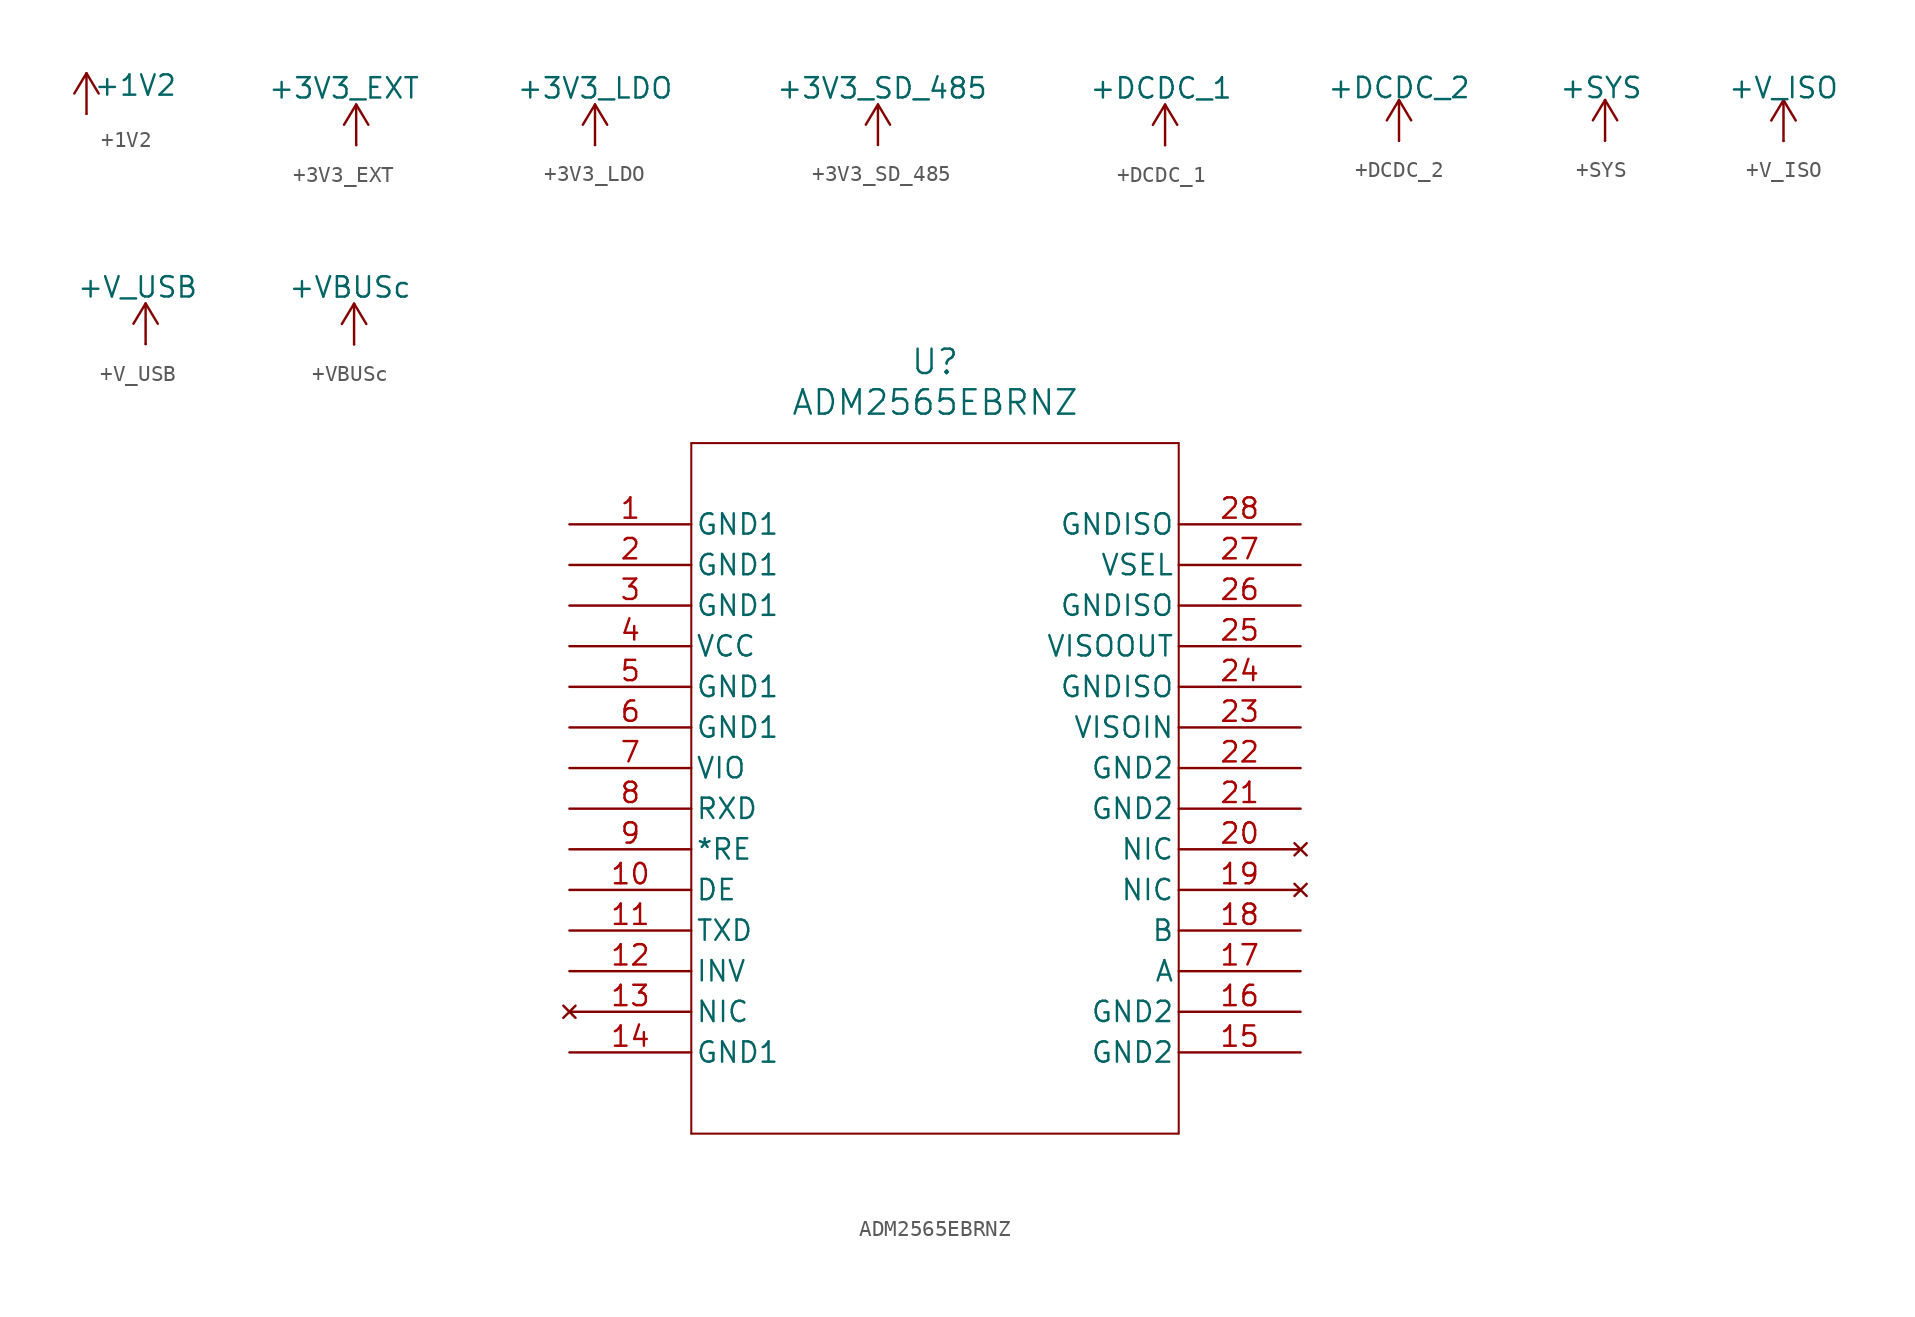
<source format=kicad_sym>
(kicad_symbol_lib
  (version 20231120)
  (generator "kicad_symbol_editor")
  (generator_version "8.0")
  (symbol "+1V2"
    (power)
    (pin_numbers hide)
    (pin_names
      (offset 0) hide)
    (property "Reference" "#PWR"
      (at 6.35 -5.588 0)
      (effects (font (size 1.27 1.27)) (hide yes)))
    (property "Value" "+1V2"
      (at 3.048 1.778 0)
      (effects (font (size 1.27 1.27))))
    (symbol "+1V2_0_1"
      (polyline (pts (xy 0 2.54) (xy 0.762 1.27)) (stroke (width 0) (type default)) (fill (type none)))
      (polyline (pts (xy 0 0) (xy 0 2.54) (xy -0.762 1.27)) (stroke (width 0) (type default)) (fill (type none))))
    (symbol "+1V2_1_1"
      (pin power_in line (at 0 0 90) (length 0) (name "~" (effects (font (size 1.27 1.27)))) (number "1" (effects (font (size 1.27 1.27)))))))
  (symbol "+3V3_EXT"
    (power)
    (pin_numbers hide)
    (pin_names
      (offset 0) hide)
    (property "Reference" "#PWR"
      (at 6.096 3.048 0)
      (effects (font (size 1.27 1.27)) (hide yes)))
    (property "Value" "+3V3_EXT"
      (at -0.762 3.556 0)
      (effects (font (size 1.27 1.27))))
    (symbol "+3V3_EXT_0_1"
      (polyline (pts (xy 0 2.54) (xy 0.762 1.27)) (stroke (width 0) (type default)) (fill (type none)))
      (polyline (pts (xy 0 0) (xy 0 2.54) (xy -0.762 1.27)) (stroke (width 0) (type default)) (fill (type none))))
    (symbol "+3V3_EXT_1_1"
      (pin power_in line (at 0 0 90) (length 0) (name "~" (effects (font (size 1.27 1.27)))) (number "1" (effects (font (size 1.27 1.27)))))))
  (symbol "+3V3_LDO"
    (power)
    (pin_numbers hide)
    (pin_names
      (offset 0) hide)
    (property "Reference" "#PWR"
      (at 4.064 1.016 0)
      (effects (font (size 1.27 1.27)) (hide yes)))
    (property "Value" "+3V3_LDO"
      (at 0 3.556 0)
      (effects (font (size 1.27 1.27))))
    (symbol "+3V3_LDO_0_1"
      (polyline (pts (xy 0 2.54) (xy 0.762 1.27)) (stroke (width 0) (type default)) (fill (type none)))
      (polyline (pts (xy 0 0) (xy 0 2.54) (xy -0.762 1.27)) (stroke (width 0) (type default)) (fill (type none))))
    (symbol "+3V3_LDO_1_1"
      (pin power_in line (at 0 0 90) (length 0) (name "~" (effects (font (size 1.27 1.27)))) (number "1" (effects (font (size 1.27 1.27)))))))
  (symbol "+3V3_SD_485"
    (power)
    (pin_numbers hide)
    (pin_names
      (offset 0) hide)
    (property "Reference" "#PWR"
      (at 4.318 0.762 0)
      (effects (font (size 1.27 1.27)) (hide yes)))
    (property "Value" "+3V3_SD_485"
      (at 0.254 3.556 0)
      (effects (font (size 1.27 1.27))))
    (symbol "+3V3_SD_485_0_1"
      (polyline (pts (xy 0 2.54) (xy 0.762 1.27)) (stroke (width 0) (type default)) (fill (type none)))
      (polyline (pts (xy 0 0) (xy 0 2.54) (xy -0.762 1.27)) (stroke (width 0) (type default)) (fill (type none))))
    (symbol "+3V3_SD_485_1_1"
      (pin power_in line (at 0 0 90) (length 0) (name "~" (effects (font (size 1.27 1.27)))) (number "1" (effects (font (size 1.27 1.27)))))))
  (symbol "+DCDC_1"
    (power)
    (pin_numbers hide)
    (pin_names
      (offset 0) hide)
    (property "Reference" "#PWR"
      (at 5.334 2.54 0)
      (effects (font (size 1.27 1.27)) (hide yes)))
    (property "Value" "+DCDC_1"
      (at -0.254 3.556 0)
      (effects (font (size 1.27 1.27))))
    (symbol "+DCDC_1_0_1"
      (polyline (pts (xy 0 2.54) (xy 0.762 1.27)) (stroke (width 0) (type default)) (fill (type none)))
      (polyline (pts (xy 0 0) (xy 0 2.54) (xy -0.762 1.27)) (stroke (width 0) (type default)) (fill (type none))))
    (symbol "+DCDC_1_1_1"
      (pin power_in line (at 0 0 90) (length 0) (name "~" (effects (font (size 1.27 1.27)))) (number "1" (effects (font (size 1.27 1.27)))))))
  (symbol "+DCDC_2"
    (power)
    (pin_numbers hide)
    (pin_names
      (offset 0) hide)
    (property "Reference" "#PWR"
      (at 4.572 0.762 0)
      (effects (font (size 1.27 1.27)) (hide yes)))
    (property "Value" "+DCDC_2"
      (at 0 3.302 0)
      (effects (font (size 1.27 1.27))))
    (symbol "+DCDC_2_0_1"
      (polyline (pts (xy 0 2.54) (xy 0.762 1.27)) (stroke (width 0) (type default)) (fill (type none)))
      (polyline (pts (xy 0 0) (xy 0 2.54) (xy -0.762 1.27)) (stroke (width 0) (type default)) (fill (type none))))
    (symbol "+DCDC_2_1_1"
      (pin power_in line (at 0 0 90) (length 0) (name "~" (effects (font (size 1.27 1.27)))) (number "1" (effects (font (size 1.27 1.27)))))))
  (symbol "+SYS"
    (power)
    (pin_numbers hide)
    (pin_names
      (offset 0) hide)
    (property "Reference" "#PWR"
      (at 4.572 2.286 0)
      (effects (font (size 1.27 1.27)) (hide yes)))
    (property "Value" "+SYS"
      (at -0.254 3.302 0)
      (effects (font (size 1.27 1.27))))
    (symbol "+SYS_0_1"
      (polyline (pts (xy 0 0) (xy 0 2.54)) (stroke (width 0) (type default)) (fill (type none)))
      (polyline (pts (xy 0 2.54) (xy -0.762 1.27)) (stroke (width 0) (type default)) (fill (type none)))
      (polyline (pts (xy 0 2.54) (xy 0.762 1.27)) (stroke (width 0) (type default)) (fill (type none))))
    (symbol "+SYS_1_1"
      (pin power_in line (at 0 0 90) (length 0) (name "~" (effects (font (size 1.27 1.27)))) (number "1" (effects (font (size 1.27 1.27)))))))
  (symbol "+V_ISO"
    (power)
    (pin_numbers hide)
    (pin_names
      (offset 0) hide)
    (property "Reference" "#PWR"
      (at 4.572 0.762 0)
      (effects (font (size 1.27 1.27)) (hide yes)))
    (property "Value" "+V_ISO"
      (at 0 3.302 0)
      (effects (font (size 1.27 1.27))))
    (symbol "+V_ISO_0_1"
      (polyline (pts (xy 0 2.54) (xy 0.762 1.27)) (stroke (width 0) (type default)) (fill (type none)))
      (polyline (pts (xy 0 0) (xy 0 2.54) (xy -0.762 1.27)) (stroke (width 0) (type default)) (fill (type none))))
    (symbol "+V_ISO_1_1"
      (pin power_in line (at 0 0 90) (length 0) (name "~" (effects (font (size 1.27 1.27)))) (number "1" (effects (font (size 1.27 1.27)))))))
  (symbol "+V_USB"
    (power)
    (pin_numbers hide)
    (pin_names
      (offset 0) hide)
    (property "Reference" "#PWR"
      (at 4.318 1.524 0)
      (effects (font (size 1.27 1.27)) (hide yes)))
    (property "Value" "+V_USB"
      (at -0.508 3.556 0)
      (effects (font (size 1.27 1.27))))
    (symbol "+V_USB_0_1"
      (polyline (pts (xy 0 2.54) (xy 0.762 1.27)) (stroke (width 0) (type default)) (fill (type none)))
      (polyline (pts (xy 0 0) (xy 0 2.54) (xy -0.762 1.27)) (stroke (width 0) (type default)) (fill (type none))))
    (symbol "+V_USB_1_1"
      (pin power_in line (at 0 0 90) (length 0) (name "~" (effects (font (size 1.27 1.27)))) (number "1" (effects (font (size 1.27 1.27)))))))
  (symbol "+VBUSc"
    (power)
    (pin_numbers hide)
    (pin_names
      (offset 0) hide)
    (property "Reference" "#PWR"
      (at 4.826 1.524 0)
      (effects (font (size 1.27 1.27)) (hide yes)))
    (property "Value" "+VBUSc"
      (at -0.254 3.556 0)
      (effects (font (size 1.27 1.27))))
    (symbol "+VBUSc_0_1"
      (polyline (pts (xy 0 2.54) (xy 0.762 1.27)) (stroke (width 0) (type default)) (fill (type none)))
      (polyline (pts (xy 0 0) (xy 0 2.54) (xy -0.762 1.27)) (stroke (width 0) (type default)) (fill (type none))))
    (symbol "+VBUSc_1_1"
      (pin power_in line (at 0 0 90) (length 0) (name "~" (effects (font (size 1.27 1.27)))) (number "1" (effects (font (size 1.27 1.27)))))))
  (symbol "ADM2565EBRNZ"
    (pin_names
      (offset 0.254))
    (property "Reference" "U"
      (at 1.27 25.4 0)
      (effects (font (size 1.524 1.524))))
    (property "Value" "ADM2565EBRNZ"
      (at 1.27 22.86 0)
      (effects (font (size 1.524 1.524))))
    (symbol "ADM2565EBRNZ_0_1"
      (polyline (pts (xy -13.97 -22.86) (xy 16.51 -22.86)) (stroke (width 0.127) (type default)) (fill (type none)))
      (polyline (pts (xy -13.97 20.32) (xy -13.97 -22.86)) (stroke (width 0.127) (type default)) (fill (type none)))
      (polyline (pts (xy 16.51 -22.86) (xy 16.51 20.32)) (stroke (width 0.127) (type default)) (fill (type none)))
      (polyline (pts (xy 16.51 20.32) (xy -13.97 20.32)) (stroke (width 0.127) (type default)) (fill (type none)))
      (pin power_in line (at -21.59 15.24 0) (length 7.62) (name "GND1" (effects (font (size 1.27 1.27)))) (number "1" (effects (font (size 1.27 1.27)))))
      (pin passive line (at -21.59 -7.62 0) (length 7.62) (name "DE" (effects (font (size 1.27 1.27)))) (number "10" (effects (font (size 1.27 1.27)))))
      (pin input line (at -21.59 -10.16 0) (length 7.62) (name "TXD" (effects (font (size 1.27 1.27)))) (number "11" (effects (font (size 1.27 1.27)))))
      (pin input line (at -21.59 -12.7 0) (length 7.62) (name "INV" (effects (font (size 1.27 1.27)))) (number "12" (effects (font (size 1.27 1.27)))))
      (pin no_connect line (at -21.59 -15.24 0) (length 7.62) (name "NIC" (effects (font (size 1.27 1.27)))) (number "13" (effects (font (size 1.27 1.27)))))
      (pin power_in line (at -21.59 -17.78 0) (length 7.62) (name "GND1" (effects (font (size 1.27 1.27)))) (number "14" (effects (font (size 1.27 1.27)))))
      (pin power_in line (at 24.13 -17.78 180) (length 7.62) (name "GND2" (effects (font (size 1.27 1.27)))) (number "15" (effects (font (size 1.27 1.27)))))
      (pin power_in line (at 24.13 -15.24 180) (length 7.62) (name "GND2" (effects (font (size 1.27 1.27)))) (number "16" (effects (font (size 1.27 1.27)))))
      (pin bidirectional line (at 24.13 -12.7 180) (length 7.62) (name "A" (effects (font (size 1.27 1.27)))) (number "17" (effects (font (size 1.27 1.27)))))
      (pin bidirectional line (at 24.13 -10.16 180) (length 7.62) (name "B" (effects (font (size 1.27 1.27)))) (number "18" (effects (font (size 1.27 1.27)))))
      (pin no_connect line (at 24.13 -7.62 180) (length 7.62) (name "NIC" (effects (font (size 1.27 1.27)))) (number "19" (effects (font (size 1.27 1.27)))))
      (pin power_in line (at -21.59 12.7 0) (length 7.62) (name "GND1" (effects (font (size 1.27 1.27)))) (number "2" (effects (font (size 1.27 1.27)))))
      (pin no_connect line (at 24.13 -5.08 180) (length 7.62) (name "NIC" (effects (font (size 1.27 1.27)))) (number "20" (effects (font (size 1.27 1.27)))))
      (pin power_in line (at 24.13 -2.54 180) (length 7.62) (name "GND2" (effects (font (size 1.27 1.27)))) (number "21" (effects (font (size 1.27 1.27)))))
      (pin power_in line (at 24.13 0 180) (length 7.62) (name "GND2" (effects (font (size 1.27 1.27)))) (number "22" (effects (font (size 1.27 1.27)))))
      (pin power_in line (at 24.13 2.54 180) (length 7.62) (name "VISOIN" (effects (font (size 1.27 1.27)))) (number "23" (effects (font (size 1.27 1.27)))))
      (pin power_in line (at 24.13 5.08 180) (length 7.62) (name "GNDISO" (effects (font (size 1.27 1.27)))) (number "24" (effects (font (size 1.27 1.27)))))
      (pin power_in line (at 24.13 7.62 180) (length 7.62) (name "VISOOUT" (effects (font (size 1.27 1.27)))) (number "25" (effects (font (size 1.27 1.27)))))
      (pin power_in line (at 24.13 10.16 180) (length 7.62) (name "GNDISO" (effects (font (size 1.27 1.27)))) (number "26" (effects (font (size 1.27 1.27)))))
      (pin passive line (at 24.13 12.7 180) (length 7.62) (name "VSEL" (effects (font (size 1.27 1.27)))) (number "27" (effects (font (size 1.27 1.27)))))
      (pin power_in line (at 24.13 15.24 180) (length 7.62) (name "GNDISO" (effects (font (size 1.27 1.27)))) (number "28" (effects (font (size 1.27 1.27)))))
      (pin power_in line (at -21.59 10.16 0) (length 7.62) (name "GND1" (effects (font (size 1.27 1.27)))) (number "3" (effects (font (size 1.27 1.27)))))
      (pin power_in line (at -21.59 7.62 0) (length 7.62) (name "VCC" (effects (font (size 1.27 1.27)))) (number "4" (effects (font (size 1.27 1.27)))))
      (pin power_in line (at -21.59 5.08 0) (length 7.62) (name "GND1" (effects (font (size 1.27 1.27)))) (number "5" (effects (font (size 1.27 1.27)))))
      (pin power_in line (at -21.59 2.54 0) (length 7.62) (name "GND1" (effects (font (size 1.27 1.27)))) (number "6" (effects (font (size 1.27 1.27)))))
      (pin power_in line (at -21.59 0 0) (length 7.62) (name "VIO" (effects (font (size 1.27 1.27)))) (number "7" (effects (font (size 1.27 1.27)))))
      (pin output line (at -21.59 -2.54 0) (length 7.62) (name "RXD" (effects (font (size 1.27 1.27)))) (number "8" (effects (font (size 1.27 1.27)))))
      (pin input line (at -21.59 -5.08 0) (length 7.62) (name "*RE" (effects (font (size 1.27 1.27)))) (number "9" (effects (font (size 1.27 1.27))))))))
</source>
